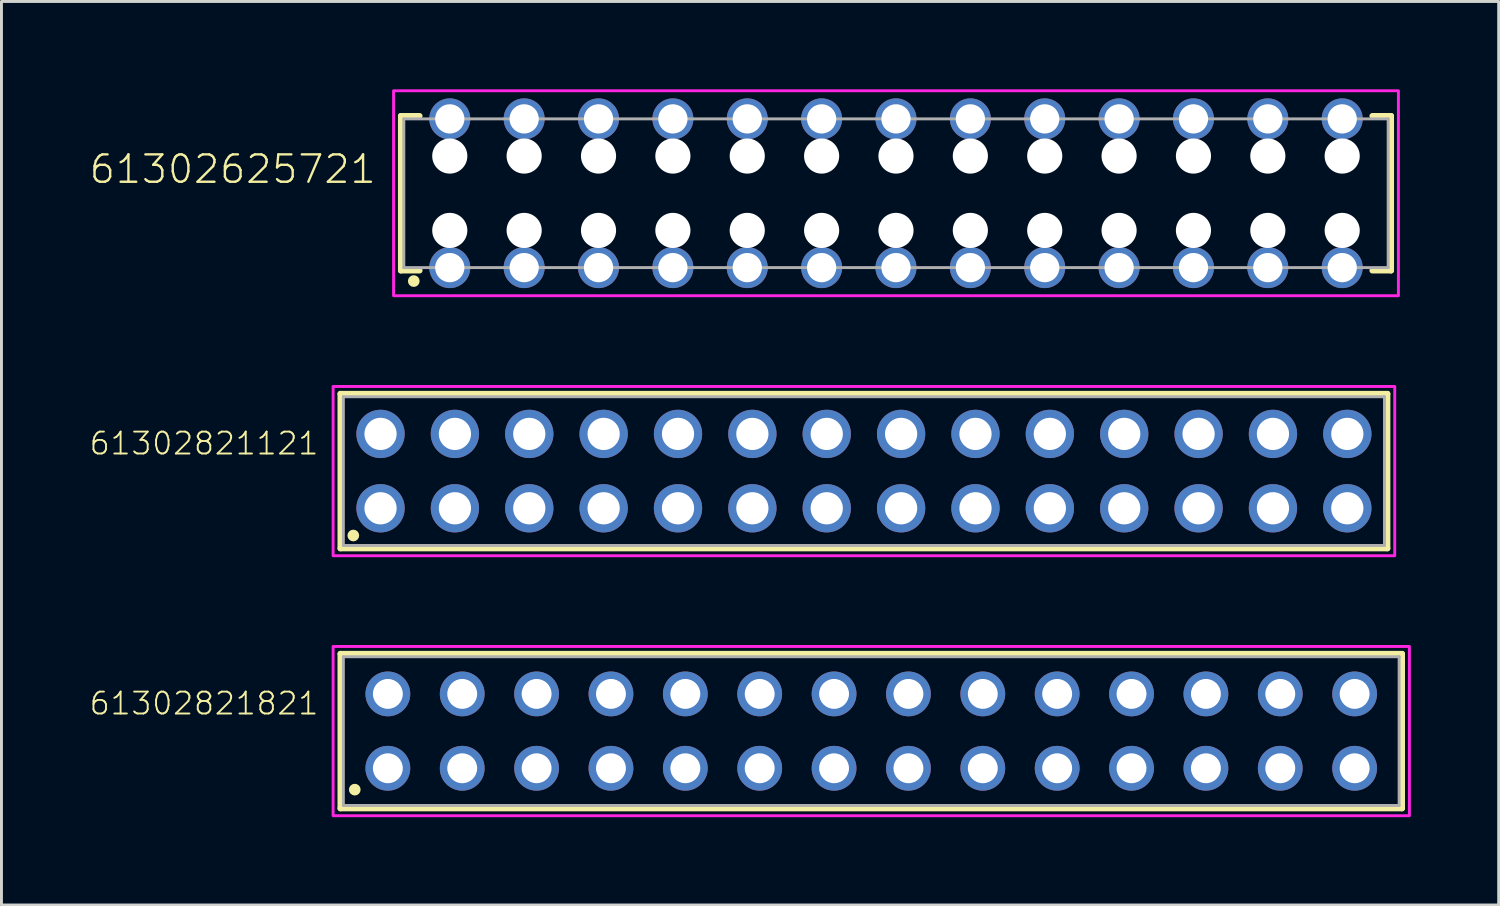
<source format=kicad_pcb>
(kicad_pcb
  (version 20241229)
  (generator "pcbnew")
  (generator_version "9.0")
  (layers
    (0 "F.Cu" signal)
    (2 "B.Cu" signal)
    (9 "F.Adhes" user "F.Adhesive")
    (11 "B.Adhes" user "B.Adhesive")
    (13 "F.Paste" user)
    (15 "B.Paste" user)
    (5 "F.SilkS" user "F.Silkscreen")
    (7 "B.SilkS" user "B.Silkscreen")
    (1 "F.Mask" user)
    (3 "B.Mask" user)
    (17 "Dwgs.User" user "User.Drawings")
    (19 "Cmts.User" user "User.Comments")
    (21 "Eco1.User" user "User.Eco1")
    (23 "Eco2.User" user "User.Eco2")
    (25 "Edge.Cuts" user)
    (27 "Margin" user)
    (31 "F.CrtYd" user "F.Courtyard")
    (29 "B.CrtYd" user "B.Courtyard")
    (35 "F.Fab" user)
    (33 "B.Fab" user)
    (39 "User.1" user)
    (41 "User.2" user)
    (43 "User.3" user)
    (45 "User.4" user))
  (footprint "61302625721"
    (layer "F.Cu")
    (at 27.552 3.55)
    (property "Reference" "61302625721" (at -17.703 -0.274 0) (unlocked yes) (layer "F.SilkS") (effects (font (size 0.935 0.935) (thickness 0.081)) (justify right bottom)))
    (fp_line (start -16.91 -2.64) (end -16.91 2.64) (stroke (width 0.2) (type solid)) (layer "F.SilkS"))
    (fp_line (start -16.91 2.64) (end -16.27 2.64) (stroke (width 0.2) (type solid)) (layer "F.SilkS"))
    (fp_line (start -16.27 -2.64) (end -16.91 -2.64) (stroke (width 0.2) (type solid)) (layer "F.SilkS"))
    (fp_line (start 16.27 2.64) (end 16.91 2.64) (stroke (width 0.2) (type solid)) (layer "F.SilkS"))
    (fp_line (start 16.91 -2.64) (end 16.27 -2.64) (stroke (width 0.2) (type solid)) (layer "F.SilkS"))
    (fp_line (start 16.91 2.64) (end 16.91 -2.64) (stroke (width 0.2) (type solid)) (layer "F.SilkS"))
    (fp_circle (center -16.47 3) (end -16.37 3) (stroke (width 0.2) (type solid)) (fill no) (layer "F.SilkS"))
    (fp_poly (pts (xy 17.16 3.5) (xy -17.16 3.5) (xy -17.16 -3.5) (xy 17.16 -3.5)) (stroke (width 0.1) (type default)) (fill no) (layer "F.CrtYd"))
    (fp_line (start -16.81 -2.54) (end 16.81 -2.54) (stroke (width 0.1) (type solid)) (layer "F.Fab"))
    (fp_line (start -16.81 2.54) (end -16.81 -2.54) (stroke (width 0.1) (type solid)) (layer "F.Fab"))
    (fp_line (start 16.81 -2.54) (end 16.81 2.54) (stroke (width 0.1) (type solid)) (layer "F.Fab"))
    (fp_line (start 16.81 2.54) (end -16.81 2.54) (stroke (width 0.1) (type solid)) (layer "F.Fab"))
    (pad "" np_thru_hole circle (at -15.24 -1.27) (size 1.2 1.2) (drill 1.2) (layers "*.Cu" "*.Mask"))
    (pad "" np_thru_hole circle (at -15.24 1.27) (size 1.2 1.2) (drill 1.2) (layers "*.Cu" "*.Mask"))
    (pad "" np_thru_hole circle (at -12.7 -1.27) (size 1.2 1.2) (drill 1.2) (layers "*.Cu" "*.Mask"))
    (pad "" np_thru_hole circle (at -12.7 1.27) (size 1.2 1.2) (drill 1.2) (layers "*.Cu" "*.Mask"))
    (pad "" np_thru_hole circle (at -10.16 -1.27) (size 1.2 1.2) (drill 1.2) (layers "*.Cu" "*.Mask"))
    (pad "" np_thru_hole circle (at -10.16 1.27) (size 1.2 1.2) (drill 1.2) (layers "*.Cu" "*.Mask"))
    (pad "" np_thru_hole circle (at -7.62 -1.27) (size 1.2 1.2) (drill 1.2) (layers "*.Cu" "*.Mask"))
    (pad "" np_thru_hole circle (at -7.62 1.27) (size 1.2 1.2) (drill 1.2) (layers "*.Cu" "*.Mask"))
    (pad "" np_thru_hole circle (at -5.08 -1.27) (size 1.2 1.2) (drill 1.2) (layers "*.Cu" "*.Mask"))
    (pad "" np_thru_hole circle (at -5.08 1.27) (size 1.2 1.2) (drill 1.2) (layers "*.Cu" "*.Mask"))
    (pad "" np_thru_hole circle (at -2.54 -1.27) (size 1.2 1.2) (drill 1.2) (layers "*.Cu" "*.Mask"))
    (pad "" np_thru_hole circle (at -2.54 1.27) (size 1.2 1.2) (drill 1.2) (layers "*.Cu" "*.Mask"))
    (pad "" np_thru_hole circle (at 0 -1.27) (size 1.2 1.2) (drill 1.2) (layers "*.Cu" "*.Mask"))
    (pad "" np_thru_hole circle (at 0 1.27) (size 1.2 1.2) (drill 1.2) (layers "*.Cu" "*.Mask"))
    (pad "" np_thru_hole circle (at 2.54 -1.27) (size 1.2 1.2) (drill 1.2) (layers "*.Cu" "*.Mask"))
    (pad "" np_thru_hole circle (at 2.54 1.27) (size 1.2 1.2) (drill 1.2) (layers "*.Cu" "*.Mask"))
    (pad "" np_thru_hole circle (at 5.08 -1.27) (size 1.2 1.2) (drill 1.2) (layers "*.Cu" "*.Mask"))
    (pad "" np_thru_hole circle (at 5.08 1.27) (size 1.2 1.2) (drill 1.2) (layers "*.Cu" "*.Mask"))
    (pad "" np_thru_hole circle (at 7.62 -1.27) (size 1.2 1.2) (drill 1.2) (layers "*.Cu" "*.Mask"))
    (pad "" np_thru_hole circle (at 7.62 1.27) (size 1.2 1.2) (drill 1.2) (layers "*.Cu" "*.Mask"))
    (pad "" np_thru_hole circle (at 10.16 -1.27) (size 1.2 1.2) (drill 1.2) (layers "*.Cu" "*.Mask"))
    (pad "" np_thru_hole circle (at 10.16 1.27) (size 1.2 1.2) (drill 1.2) (layers "*.Cu" "*.Mask"))
    (pad "" np_thru_hole circle (at 12.7 -1.27) (size 1.2 1.2) (drill 1.2) (layers "*.Cu" "*.Mask"))
    (pad "" np_thru_hole circle (at 12.7 1.27) (size 1.2 1.2) (drill 1.2) (layers "*.Cu" "*.Mask"))
    (pad "" np_thru_hole circle (at 15.24 -1.27) (size 1.2 1.2) (drill 1.2) (layers "*.Cu" "*.Mask"))
    (pad "" np_thru_hole circle (at 15.24 1.27) (size 1.2 1.2) (drill 1.2) (layers "*.Cu" "*.Mask"))
    (pad "1" thru_hole circle (at -15.24 2.54) (size 1.4 1.4) (drill 1) (layers "*.Cu" "*.Mask"))
    (pad "2" thru_hole circle (at -15.24 -2.54) (size 1.4 1.4) (drill 1) (layers "*.Cu" "*.Mask"))
    (pad "3" thru_hole circle (at -12.7 2.54) (size 1.4 1.4) (drill 1) (layers "*.Cu" "*.Mask"))
    (pad "4" thru_hole circle (at -12.7 -2.54) (size 1.4 1.4) (drill 1) (layers "*.Cu" "*.Mask"))
    (pad "5" thru_hole circle (at -10.16 2.54) (size 1.4 1.4) (drill 1) (layers "*.Cu" "*.Mask"))
    (pad "6" thru_hole circle (at -10.16 -2.54) (size 1.4 1.4) (drill 1) (layers "*.Cu" "*.Mask"))
    (pad "7" thru_hole circle (at -7.62 2.54) (size 1.4 1.4) (drill 1) (layers "*.Cu" "*.Mask"))
    (pad "8" thru_hole circle (at -7.62 -2.54) (size 1.4 1.4) (drill 1) (layers "*.Cu" "*.Mask"))
    (pad "9" thru_hole circle (at -5.08 2.54) (size 1.4 1.4) (drill 1) (layers "*.Cu" "*.Mask"))
    (pad "10" thru_hole circle (at -5.08 -2.54) (size 1.4 1.4) (drill 1) (layers "*.Cu" "*.Mask"))
    (pad "11" thru_hole circle (at -2.54 2.54) (size 1.4 1.4) (drill 1) (layers "*.Cu" "*.Mask"))
    (pad "12" thru_hole circle (at -2.54 -2.54) (size 1.4 1.4) (drill 1) (layers "*.Cu" "*.Mask"))
    (pad "13" thru_hole circle (at 0 2.54) (size 1.4 1.4) (drill 1) (layers "*.Cu" "*.Mask"))
    (pad "14" thru_hole circle (at 0 -2.54) (size 1.4 1.4) (drill 1) (layers "*.Cu" "*.Mask"))
    (pad "15" thru_hole circle (at 2.54 2.54) (size 1.4 1.4) (drill 1) (layers "*.Cu" "*.Mask"))
    (pad "16" thru_hole circle (at 2.54 -2.54) (size 1.4 1.4) (drill 1) (layers "*.Cu" "*.Mask"))
    (pad "17" thru_hole circle (at 5.08 2.54) (size 1.4 1.4) (drill 1) (layers "*.Cu" "*.Mask"))
    (pad "18" thru_hole circle (at 5.08 -2.54) (size 1.4 1.4) (drill 1) (layers "*.Cu" "*.Mask"))
    (pad "19" thru_hole circle (at 7.62 2.54) (size 1.4 1.4) (drill 1) (layers "*.Cu" "*.Mask"))
    (pad "20" thru_hole circle (at 7.62 -2.54) (size 1.4 1.4) (drill 1) (layers "*.Cu" "*.Mask"))
    (pad "21" thru_hole circle (at 10.16 2.54) (size 1.4 1.4) (drill 1) (layers "*.Cu" "*.Mask"))
    (pad "22" thru_hole circle (at 10.16 -2.54) (size 1.4 1.4) (drill 1) (layers "*.Cu" "*.Mask"))
    (pad "23" thru_hole circle (at 12.7 2.54) (size 1.4 1.4) (drill 1) (layers "*.Cu" "*.Mask"))
    (pad "24" thru_hole circle (at 12.7 -2.54) (size 1.4 1.4) (drill 1) (layers "*.Cu" "*.Mask"))
    (pad "25" thru_hole circle (at 15.24 2.54) (size 1.4 1.4) (drill 1) (layers "*.Cu" "*.Mask"))
    (pad "26" thru_hole circle (at 15.24 -2.54) (size 1.4 1.4) (drill 1) (layers "*.Cu" "*.Mask")))
  (footprint "61302821821"
    (layer "F.Cu")
    (at 26.707 21.92)
    (property "Reference" "61302821821" (at -18.828 -0.506 0) (unlocked yes) (layer "F.SilkS") (effects (font (size 0.748 0.748) (thickness 0.065)) (justify right bottom)))
    (fp_line (start -18.13 -2.64) (end 18.13 -2.64) (stroke (width 0.2) (type solid)) (layer "F.SilkS"))
    (fp_line (start -18.13 2.64) (end -18.13 -2.64) (stroke (width 0.2) (type solid)) (layer "F.SilkS"))
    (fp_line (start 18.13 -2.64) (end 18.13 2.64) (stroke (width 0.2) (type solid)) (layer "F.SilkS"))
    (fp_line (start 18.13 2.64) (end -18.13 2.64) (stroke (width 0.2) (type solid)) (layer "F.SilkS"))
    (fp_circle (center -17.64 2) (end -17.54 2) (stroke (width 0.2) (type solid)) (fill no) (layer "F.SilkS"))
    (fp_poly (pts (xy 18.38 2.89) (xy -18.38 2.89) (xy -18.38 -2.89) (xy 18.38 -2.89)) (stroke (width 0.1) (type default)) (fill no) (layer "F.CrtYd"))
    (fp_line (start -18.03 -2.54) (end -18.03 2.54) (stroke (width 0.1) (type solid)) (layer "F.Fab"))
    (fp_line (start -18.03 2.54) (end 18.03 2.54) (stroke (width 0.1) (type solid)) (layer "F.Fab"))
    (fp_line (start 18.03 -2.54) (end -18.03 -2.54) (stroke (width 0.1) (type solid)) (layer "F.Fab"))
    (fp_line (start 18.03 2.54) (end 18.03 -2.54) (stroke (width 0.1) (type solid)) (layer "F.Fab"))
    (pad "1" thru_hole circle (at -16.51 1.27) (size 1.53 1.53) (drill 1.02) (layers "*.Cu" "*.Mask"))
    (pad "2" thru_hole circle (at -16.51 -1.27) (size 1.53 1.53) (drill 1.02) (layers "*.Cu" "*.Mask"))
    (pad "3" thru_hole circle (at -13.97 1.27) (size 1.53 1.53) (drill 1.02) (layers "*.Cu" "*.Mask"))
    (pad "4" thru_hole circle (at -13.97 -1.27) (size 1.53 1.53) (drill 1.02) (layers "*.Cu" "*.Mask"))
    (pad "5" thru_hole circle (at -11.43 1.27) (size 1.53 1.53) (drill 1.02) (layers "*.Cu" "*.Mask"))
    (pad "6" thru_hole circle (at -11.43 -1.27) (size 1.53 1.53) (drill 1.02) (layers "*.Cu" "*.Mask"))
    (pad "7" thru_hole circle (at -8.89 1.27) (size 1.53 1.53) (drill 1.02) (layers "*.Cu" "*.Mask"))
    (pad "8" thru_hole circle (at -8.89 -1.27) (size 1.53 1.53) (drill 1.02) (layers "*.Cu" "*.Mask"))
    (pad "9" thru_hole circle (at -6.35 1.27) (size 1.53 1.53) (drill 1.02) (layers "*.Cu" "*.Mask"))
    (pad "10" thru_hole circle (at -6.35 -1.27) (size 1.53 1.53) (drill 1.02) (layers "*.Cu" "*.Mask"))
    (pad "11" thru_hole circle (at -3.81 1.27) (size 1.53 1.53) (drill 1.02) (layers "*.Cu" "*.Mask"))
    (pad "12" thru_hole circle (at -3.81 -1.27) (size 1.53 1.53) (drill 1.02) (layers "*.Cu" "*.Mask"))
    (pad "13" thru_hole circle (at -1.27 1.27) (size 1.53 1.53) (drill 1.02) (layers "*.Cu" "*.Mask"))
    (pad "14" thru_hole circle (at -1.27 -1.27) (size 1.53 1.53) (drill 1.02) (layers "*.Cu" "*.Mask"))
    (pad "15" thru_hole circle (at 1.27 1.27) (size 1.53 1.53) (drill 1.02) (layers "*.Cu" "*.Mask"))
    (pad "16" thru_hole circle (at 1.27 -1.27) (size 1.53 1.53) (drill 1.02) (layers "*.Cu" "*.Mask"))
    (pad "17" thru_hole circle (at 3.81 1.27) (size 1.53 1.53) (drill 1.02) (layers "*.Cu" "*.Mask"))
    (pad "18" thru_hole circle (at 3.81 -1.27) (size 1.53 1.53) (drill 1.02) (layers "*.Cu" "*.Mask"))
    (pad "19" thru_hole circle (at 6.35 1.27) (size 1.53 1.53) (drill 1.02) (layers "*.Cu" "*.Mask"))
    (pad "20" thru_hole circle (at 6.35 -1.27) (size 1.53 1.53) (drill 1.02) (layers "*.Cu" "*.Mask"))
    (pad "21" thru_hole circle (at 8.89 1.27) (size 1.53 1.53) (drill 1.02) (layers "*.Cu" "*.Mask"))
    (pad "22" thru_hole circle (at 8.89 -1.27) (size 1.53 1.53) (drill 1.02) (layers "*.Cu" "*.Mask"))
    (pad "23" thru_hole circle (at 11.43 1.27) (size 1.53 1.53) (drill 1.02) (layers "*.Cu" "*.Mask"))
    (pad "24" thru_hole circle (at 11.43 -1.27) (size 1.53 1.53) (drill 1.02) (layers "*.Cu" "*.Mask"))
    (pad "25" thru_hole circle (at 13.97 1.27) (size 1.53 1.53) (drill 1.02) (layers "*.Cu" "*.Mask"))
    (pad "26" thru_hole circle (at 13.97 -1.27) (size 1.53 1.53) (drill 1.02) (layers "*.Cu" "*.Mask"))
    (pad "27" thru_hole circle (at 16.51 1.27) (size 1.53 1.53) (drill 1.02) (layers "*.Cu" "*.Mask"))
    (pad "28" thru_hole circle (at 16.51 -1.27) (size 1.53 1.53) (drill 1.02) (layers "*.Cu" "*.Mask")))
  (footprint "61302821121"
    (layer "F.Cu")
    (at 26.457 13.04)
    (property "Reference" "61302821121" (at -18.578 -0.506 0) (unlocked yes) (layer "F.SilkS") (effects (font (size 0.748 0.748) (thickness 0.065)) (justify right bottom)))
    (fp_line (start -17.88 -2.64) (end 17.88 -2.64) (stroke (width 0.2) (type solid)) (layer "F.SilkS"))
    (fp_line (start -17.88 2.64) (end -17.88 -2.64) (stroke (width 0.2) (type solid)) (layer "F.SilkS"))
    (fp_line (start 17.88 -2.64) (end 17.88 2.64) (stroke (width 0.2) (type solid)) (layer "F.SilkS"))
    (fp_line (start 17.88 2.64) (end -17.88 2.64) (stroke (width 0.2) (type solid)) (layer "F.SilkS"))
    (fp_circle (center -17.44 2.2) (end -17.34 2.2) (stroke (width 0.2) (type solid)) (fill no) (layer "F.SilkS"))
    (fp_poly (pts (xy 18.13 2.89) (xy -18.13 2.89) (xy -18.13 -2.89) (xy 18.13 -2.89)) (stroke (width 0.1) (type default)) (fill no) (layer "F.CrtYd"))
    (fp_line (start -17.78 -2.54) (end 17.78 -2.54) (stroke (width 0.1) (type solid)) (layer "F.Fab"))
    (fp_line (start -17.78 2.54) (end -17.78 -2.54) (stroke (width 0.1) (type solid)) (layer "F.Fab"))
    (fp_line (start 17.78 -2.54) (end 17.78 2.54) (stroke (width 0.1) (type solid)) (layer "F.Fab"))
    (fp_line (start 17.78 2.54) (end -17.78 2.54) (stroke (width 0.1) (type solid)) (layer "F.Fab"))
    (pad "1" thru_hole circle (at -16.51 1.27 90) (size 1.65 1.65) (drill 1.1) (layers "*.Cu" "*.Mask"))
    (pad "2" thru_hole circle (at -16.51 -1.27 270) (size 1.65 1.65) (drill 1.1) (layers "*.Cu" "*.Mask"))
    (pad "3" thru_hole circle (at -13.97 1.27 90) (size 1.65 1.65) (drill 1.1) (layers "*.Cu" "*.Mask"))
    (pad "4" thru_hole circle (at -13.97 -1.27 270) (size 1.65 1.65) (drill 1.1) (layers "*.Cu" "*.Mask"))
    (pad "5" thru_hole circle (at -11.43 1.27 90) (size 1.65 1.65) (drill 1.1) (layers "*.Cu" "*.Mask"))
    (pad "6" thru_hole circle (at -11.43 -1.27 270) (size 1.65 1.65) (drill 1.1) (layers "*.Cu" "*.Mask"))
    (pad "7" thru_hole circle (at -8.89 1.27 90) (size 1.65 1.65) (drill 1.1) (layers "*.Cu" "*.Mask"))
    (pad "8" thru_hole circle (at -8.89 -1.27 270) (size 1.65 1.65) (drill 1.1) (layers "*.Cu" "*.Mask"))
    (pad "9" thru_hole circle (at -6.35 1.27 90) (size 1.65 1.65) (drill 1.1) (layers "*.Cu" "*.Mask"))
    (pad "10" thru_hole circle (at -6.35 -1.27 270) (size 1.65 1.65) (drill 1.1) (layers "*.Cu" "*.Mask"))
    (pad "11" thru_hole circle (at -3.81 1.27 90) (size 1.65 1.65) (drill 1.1) (layers "*.Cu" "*.Mask"))
    (pad "12" thru_hole circle (at -3.81 -1.27 270) (size 1.65 1.65) (drill 1.1) (layers "*.Cu" "*.Mask"))
    (pad "13" thru_hole circle (at -1.27 1.27 90) (size 1.65 1.65) (drill 1.1) (layers "*.Cu" "*.Mask"))
    (pad "14" thru_hole circle (at -1.27 -1.27 270) (size 1.65 1.65) (drill 1.1) (layers "*.Cu" "*.Mask"))
    (pad "15" thru_hole circle (at 1.27 1.27 90) (size 1.65 1.65) (drill 1.1) (layers "*.Cu" "*.Mask"))
    (pad "16" thru_hole circle (at 1.27 -1.27 270) (size 1.65 1.65) (drill 1.1) (layers "*.Cu" "*.Mask"))
    (pad "17" thru_hole circle (at 3.81 1.27 90) (size 1.65 1.65) (drill 1.1) (layers "*.Cu" "*.Mask"))
    (pad "18" thru_hole circle (at 3.81 -1.27 270) (size 1.65 1.65) (drill 1.1) (layers "*.Cu" "*.Mask"))
    (pad "19" thru_hole circle (at 6.35 1.27 90) (size 1.65 1.65) (drill 1.1) (layers "*.Cu" "*.Mask"))
    (pad "20" thru_hole circle (at 6.35 -1.27 270) (size 1.65 1.65) (drill 1.1) (layers "*.Cu" "*.Mask"))
    (pad "21" thru_hole circle (at 8.89 1.27 90) (size 1.65 1.65) (drill 1.1) (layers "*.Cu" "*.Mask"))
    (pad "22" thru_hole circle (at 8.89 -1.27 270) (size 1.65 1.65) (drill 1.1) (layers "*.Cu" "*.Mask"))
    (pad "23" thru_hole circle (at 11.43 1.27 90) (size 1.65 1.65) (drill 1.1) (layers "*.Cu" "*.Mask"))
    (pad "24" thru_hole circle (at 11.43 -1.27 270) (size 1.65 1.65) (drill 1.1) (layers "*.Cu" "*.Mask"))
    (pad "25" thru_hole circle (at 13.97 1.27 90) (size 1.65 1.65) (drill 1.1) (layers "*.Cu" "*.Mask"))
    (pad "26" thru_hole circle (at 13.97 -1.27 270) (size 1.65 1.65) (drill 1.1) (layers "*.Cu" "*.Mask"))
    (pad "27" thru_hole circle (at 16.51 1.27 90) (size 1.65 1.65) (drill 1.1) (layers "*.Cu" "*.Mask"))
    (pad "28" thru_hole circle (at 16.51 -1.27 270) (size 1.65 1.65) (drill 1.1) (layers "*.Cu" "*.Mask")))
  (gr_rect
    (start -3 -3)
    (end 48.137 27.86)
    (stroke (width 0.1) (type default))
    (fill no)
    (layer "Edge.Cuts")))
</source>
